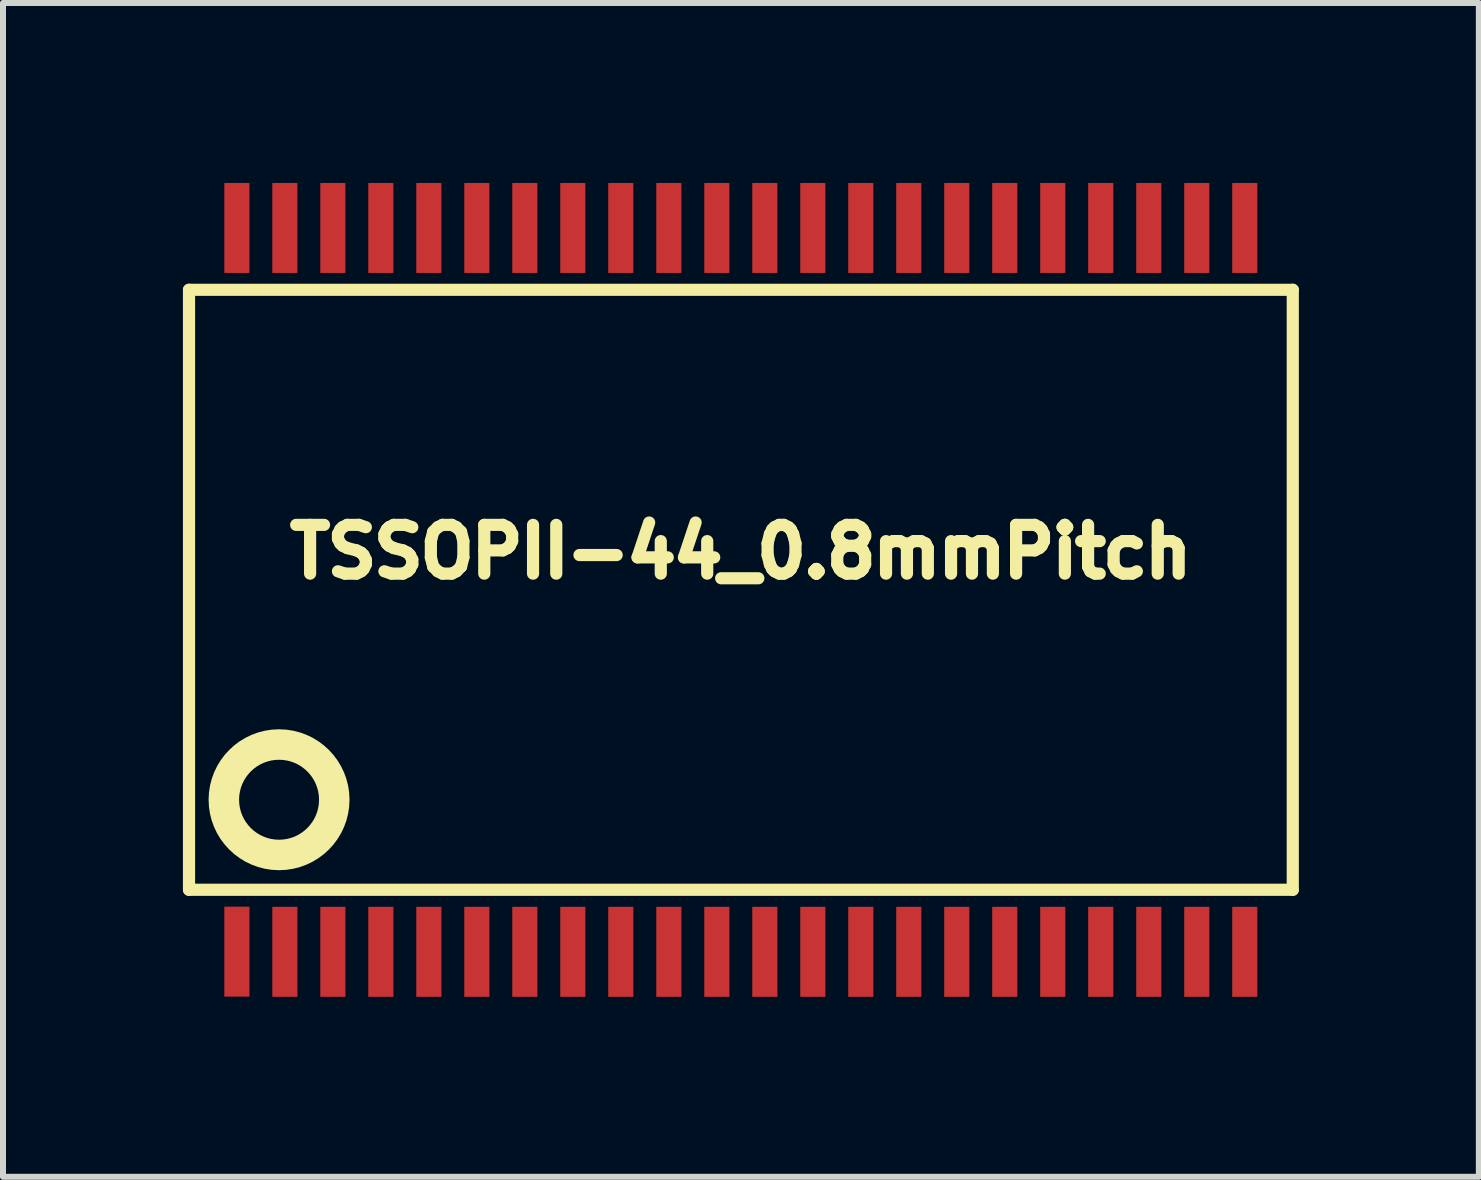
<source format=kicad_pcb>
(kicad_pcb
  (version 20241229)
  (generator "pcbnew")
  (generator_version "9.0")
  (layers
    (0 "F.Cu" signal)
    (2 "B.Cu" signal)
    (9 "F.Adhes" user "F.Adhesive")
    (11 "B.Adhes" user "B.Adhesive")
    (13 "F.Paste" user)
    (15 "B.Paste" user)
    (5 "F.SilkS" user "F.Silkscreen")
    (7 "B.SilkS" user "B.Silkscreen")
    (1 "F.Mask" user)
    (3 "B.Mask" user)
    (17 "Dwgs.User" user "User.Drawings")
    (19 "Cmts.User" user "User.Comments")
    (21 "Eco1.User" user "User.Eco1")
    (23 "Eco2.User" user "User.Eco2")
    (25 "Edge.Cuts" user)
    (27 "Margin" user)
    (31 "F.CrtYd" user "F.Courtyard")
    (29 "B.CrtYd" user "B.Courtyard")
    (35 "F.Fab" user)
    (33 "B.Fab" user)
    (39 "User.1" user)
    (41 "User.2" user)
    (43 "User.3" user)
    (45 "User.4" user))
  (footprint "TSSOPII-44_0.8mmPitch"
    (layer "F.Cu")
    (at 9.301 6.782)
    (property "Reference" "TSSOPII-44_0.8mmPitch" (at 0 -0.635 0) (layer "F.SilkS") (effects (font (size 0.813 0.813) (thickness 0.203))))
    (attr smd)
    (fp_line (start -9.2 -5.001) (end 9.2 -5.001) (stroke (width 0.203) (type solid)) (layer "F.SilkS"))
    (fp_line (start -9.2 5.001) (end -9.2 -5.001) (stroke (width 0.203) (type solid)) (layer "F.SilkS"))
    (fp_line (start 9.2 -5.001) (end 9.2 5.001) (stroke (width 0.203) (type solid)) (layer "F.SilkS"))
    (fp_line (start 9.2 5.001) (end -9.2 5.001) (stroke (width 0.203) (type solid)) (layer "F.SilkS"))
    (fp_circle (center -7.699 3.5) (end -7 2.901) (stroke (width 0.508) (type solid)) (fill no) (layer "F.SilkS"))
    (pad "1" smd rect (at -8.402 6.032) (size 0.419 1.5) (layers "F.Cu" "F.Mask" "F.Paste"))
    (pad "2" smd rect (at -7.602 6.035) (size 0.419 1.5) (layers "F.Cu" "F.Mask" "F.Paste"))
    (pad "3" smd rect (at -6.802 6.035) (size 0.419 1.5) (layers "F.Cu" "F.Mask" "F.Paste"))
    (pad "4" smd rect (at -6.002 6.035) (size 0.419 1.5) (layers "F.Cu" "F.Mask" "F.Paste"))
    (pad "5" smd rect (at -5.202 6.035) (size 0.419 1.5) (layers "F.Cu" "F.Mask" "F.Paste"))
    (pad "6" smd rect (at -4.402 6.035) (size 0.419 1.5) (layers "F.Cu" "F.Mask" "F.Paste"))
    (pad "7" smd rect (at -3.602 6.035) (size 0.419 1.5) (layers "F.Cu" "F.Mask" "F.Paste"))
    (pad "8" smd rect (at -2.802 6.035) (size 0.419 1.5) (layers "F.Cu" "F.Mask" "F.Paste"))
    (pad "9" smd rect (at -2.002 6.035) (size 0.419 1.5) (layers "F.Cu" "F.Mask" "F.Paste"))
    (pad "10" smd rect (at -1.201 6.035) (size 0.419 1.5) (layers "F.Cu" "F.Mask" "F.Paste"))
    (pad "11" smd rect (at -0.401 6.035) (size 0.419 1.5) (layers "F.Cu" "F.Mask" "F.Paste"))
    (pad "12" smd rect (at 0.399 6.035) (size 0.419 1.5) (layers "F.Cu" "F.Mask" "F.Paste"))
    (pad "13" smd rect (at 1.199 6.035) (size 0.419 1.5) (layers "F.Cu" "F.Mask" "F.Paste"))
    (pad "14" smd rect (at 1.999 6.035) (size 0.419 1.5) (layers "F.Cu" "F.Mask" "F.Paste"))
    (pad "15" smd rect (at 2.799 6.035) (size 0.419 1.5) (layers "F.Cu" "F.Mask" "F.Paste"))
    (pad "16" smd rect (at 3.599 6.035) (size 0.419 1.5) (layers "F.Cu" "F.Mask" "F.Paste"))
    (pad "17" smd rect (at 4.399 6.035) (size 0.419 1.5) (layers "F.Cu" "F.Mask" "F.Paste"))
    (pad "18" smd rect (at 5.199 6.035) (size 0.419 1.5) (layers "F.Cu" "F.Mask" "F.Paste"))
    (pad "19" smd rect (at 5.999 6.035) (size 0.419 1.5) (layers "F.Cu" "F.Mask" "F.Paste"))
    (pad "20" smd rect (at 6.8 6.035) (size 0.419 1.5) (layers "F.Cu" "F.Mask" "F.Paste"))
    (pad "21" smd rect (at 7.6 6.035) (size 0.419 1.5) (layers "F.Cu" "F.Mask" "F.Paste"))
    (pad "22" smd rect (at 8.4 6.035) (size 0.419 1.5) (layers "F.Cu" "F.Mask" "F.Paste"))
    (pad "23" smd rect (at 8.4 -6.032) (size 0.419 1.5) (layers "F.Cu" "F.Mask" "F.Paste"))
    (pad "24" smd rect (at 7.6 -6.032) (size 0.419 1.5) (layers "F.Cu" "F.Mask" "F.Paste"))
    (pad "25" smd rect (at 6.8 -6.032) (size 0.419 1.5) (layers "F.Cu" "F.Mask" "F.Paste"))
    (pad "26" smd rect (at 5.999 -6.032) (size 0.419 1.5) (layers "F.Cu" "F.Mask" "F.Paste"))
    (pad "27" smd rect (at 5.199 -6.032) (size 0.419 1.5) (layers "F.Cu" "F.Mask" "F.Paste"))
    (pad "28" smd rect (at 4.399 -6.032) (size 0.419 1.5) (layers "F.Cu" "F.Mask" "F.Paste"))
    (pad "29" smd rect (at 3.599 -6.032) (size 0.419 1.5) (layers "F.Cu" "F.Mask" "F.Paste"))
    (pad "30" smd rect (at 2.799 -6.032) (size 0.419 1.5) (layers "F.Cu" "F.Mask" "F.Paste"))
    (pad "31" smd rect (at 1.999 -6.032) (size 0.419 1.5) (layers "F.Cu" "F.Mask" "F.Paste"))
    (pad "32" smd rect (at 1.199 -6.032) (size 0.419 1.5) (layers "F.Cu" "F.Mask" "F.Paste"))
    (pad "33" smd rect (at 0.399 -6.032) (size 0.419 1.5) (layers "F.Cu" "F.Mask" "F.Paste"))
    (pad "34" smd rect (at -0.401 -6.032) (size 0.419 1.5) (layers "F.Cu" "F.Mask" "F.Paste"))
    (pad "35" smd rect (at -1.201 -6.032) (size 0.419 1.5) (layers "F.Cu" "F.Mask" "F.Paste"))
    (pad "36" smd rect (at -2.002 -6.032) (size 0.419 1.5) (layers "F.Cu" "F.Mask" "F.Paste"))
    (pad "37" smd rect (at -2.802 -6.032) (size 0.419 1.5) (layers "F.Cu" "F.Mask" "F.Paste"))
    (pad "38" smd rect (at -3.602 -6.032) (size 0.419 1.5) (layers "F.Cu" "F.Mask" "F.Paste"))
    (pad "39" smd rect (at -4.402 -6.032) (size 0.419 1.5) (layers "F.Cu" "F.Mask" "F.Paste"))
    (pad "40" smd rect (at -5.202 -6.032) (size 0.419 1.5) (layers "F.Cu" "F.Mask" "F.Paste"))
    (pad "41" smd rect (at -6.002 -6.032) (size 0.419 1.5) (layers "F.Cu" "F.Mask" "F.Paste"))
    (pad "42" smd rect (at -6.802 -6.032) (size 0.419 1.5) (layers "F.Cu" "F.Mask" "F.Paste"))
    (pad "43" smd rect (at -7.602 -6.032) (size 0.419 1.5) (layers "F.Cu" "F.Mask" "F.Paste"))
    (pad "44" smd rect (at -8.402 -6.032) (size 0.419 1.5) (layers "F.Cu" "F.Mask" "F.Paste")))
  (gr_rect
    (start -3 -3)
    (end 21.603 16.568)
    (stroke (width 0.1) (type default))
    (fill no)
    (layer "Edge.Cuts")))
</source>
